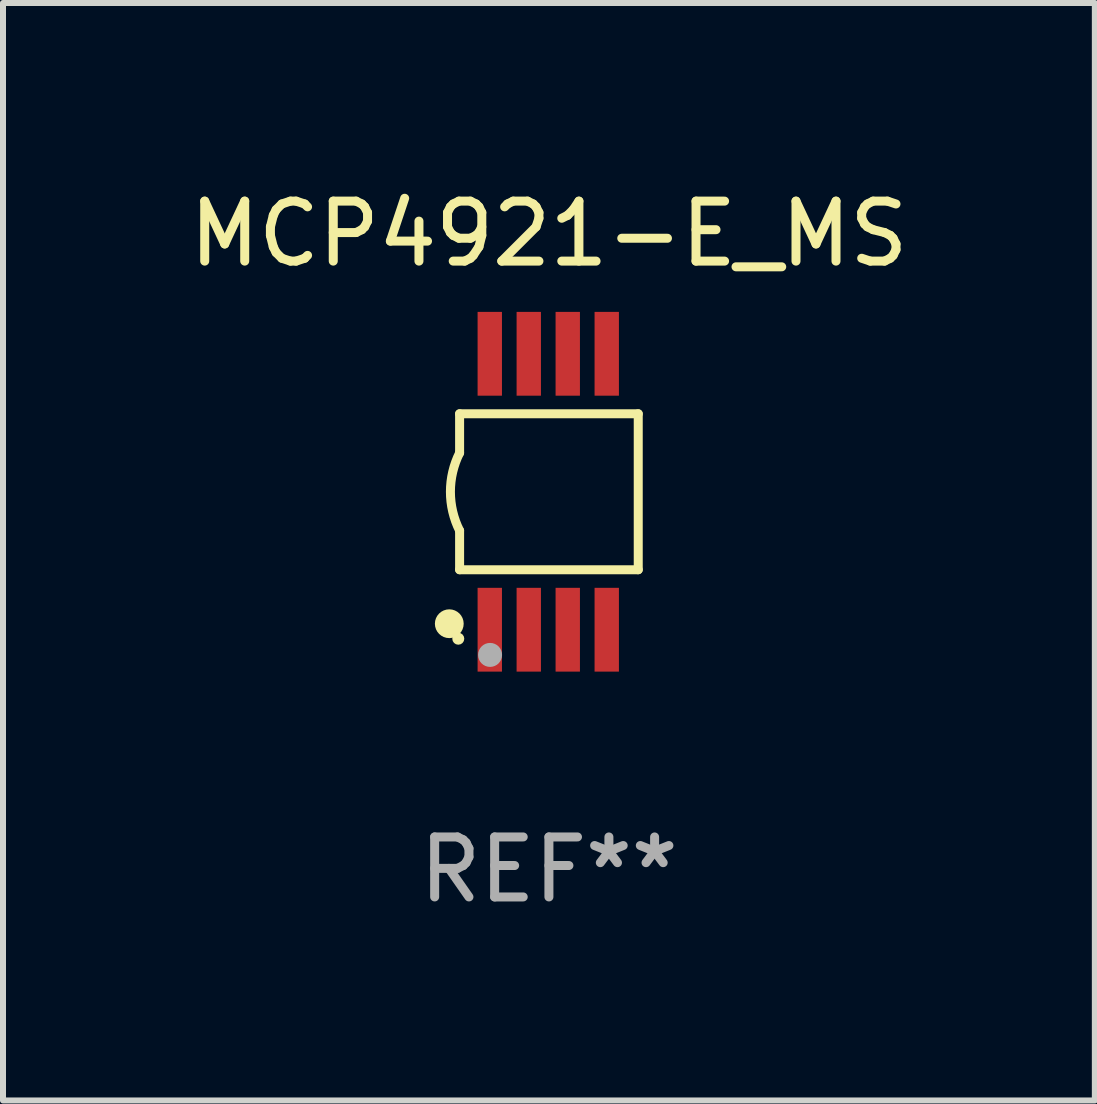
<source format=kicad_pcb>
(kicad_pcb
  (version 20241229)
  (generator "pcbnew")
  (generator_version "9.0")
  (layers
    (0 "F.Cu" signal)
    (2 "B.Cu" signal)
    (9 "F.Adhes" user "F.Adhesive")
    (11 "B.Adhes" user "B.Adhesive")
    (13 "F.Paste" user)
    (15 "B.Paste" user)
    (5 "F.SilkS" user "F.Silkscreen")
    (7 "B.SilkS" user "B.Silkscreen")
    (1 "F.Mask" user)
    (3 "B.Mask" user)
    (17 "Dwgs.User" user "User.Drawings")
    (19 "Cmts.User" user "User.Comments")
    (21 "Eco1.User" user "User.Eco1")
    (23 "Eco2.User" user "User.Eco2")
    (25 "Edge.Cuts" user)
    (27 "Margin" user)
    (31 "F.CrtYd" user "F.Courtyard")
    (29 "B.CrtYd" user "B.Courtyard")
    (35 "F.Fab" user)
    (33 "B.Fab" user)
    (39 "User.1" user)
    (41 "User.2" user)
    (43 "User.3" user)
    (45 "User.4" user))
  (footprint "MCP4921-E_MS"
    (layer "F.Cu")
    (at 6.101 5.148)
    (property "Reference" "MCP4921-E_MS" (at 0 -4.3 0) (layer "F.SilkS") (effects (font (size 1 1) (thickness 0.15))))
    (attr through_hole)
    (fp_line (start -1.489 -1.3) (end -1.489 -0.648) (stroke (width 0.15) (type solid)) (layer "F.SilkS"))
    (fp_line (start -1.489 0.648) (end -1.489 1.3) (stroke (width 0.15) (type solid)) (layer "F.SilkS"))
    (fp_line (start -1.489 1.3) (end 1.489 1.3) (stroke (width 0.15) (type solid)) (layer "F.SilkS"))
    (fp_line (start 1.489 -1.3) (end -1.489 -1.3) (stroke (width 0.15) (type solid)) (layer "F.SilkS"))
    (fp_line (start 1.489 1.3) (end 1.489 -1.3) (stroke (width 0.15) (type solid)) (layer "F.SilkS"))
    (fp_arc (start -1.489205 0.647702) (mid -1.642107 0) (end -1.489205 -0.647701) (stroke (width 0.150013) (type solid)) (layer "F.SilkS"))
    (fp_circle (center -1.661 2.2) (end -1.541 2.2) (stroke (width 0.24) (type solid)) (fill no) (layer "F.SilkS"))
    (fp_circle (center -1.511 2.45) (end -1.461 2.45) (stroke (width 0.1) (type solid)) (fill no) (layer "F.SilkS"))
    (fp_circle (center -0.981 2.72) (end -0.881 2.72) (stroke (width 0.2) (type solid)) (fill no) (layer "F.Fab"))
    (fp_text user "REF**" (at 0 6.3 0) (layer "F.Fab") (effects (font (size 1 1) (thickness 0.15))))
    (pad "1" smd rect (at -0.986 2.3) (size 0.406 1.397) (layers "F.Cu" "F.Mask" "F.Paste"))
    (pad "2" smd rect (at -0.336 2.3) (size 0.406 1.397) (layers "F.Cu" "F.Mask" "F.Paste"))
    (pad "3" smd rect (at 0.314 2.3) (size 0.406 1.397) (layers "F.Cu" "F.Mask" "F.Paste"))
    (pad "4" smd rect (at 0.964 2.3) (size 0.406 1.397) (layers "F.Cu" "F.Mask" "F.Paste"))
    (pad "5" smd rect (at 0.964 -2.3) (size 0.406 1.397) (layers "F.Cu" "F.Mask" "F.Paste"))
    (pad "6" smd rect (at 0.314 -2.3) (size 0.406 1.397) (layers "F.Cu" "F.Mask" "F.Paste"))
    (pad "7" smd rect (at -0.336 -2.3) (size 0.406 1.397) (layers "F.Cu" "F.Mask" "F.Paste"))
    (pad "8" smd rect (at -0.986 -2.3) (size 0.406 1.397) (layers "F.Cu" "F.Mask" "F.Paste")))
  (gr_rect
    (start -3 -3)
    (end 15.202 15.296)
    (stroke (width 0.1) (type default))
    (fill no)
    (layer "Edge.Cuts")))
</source>
